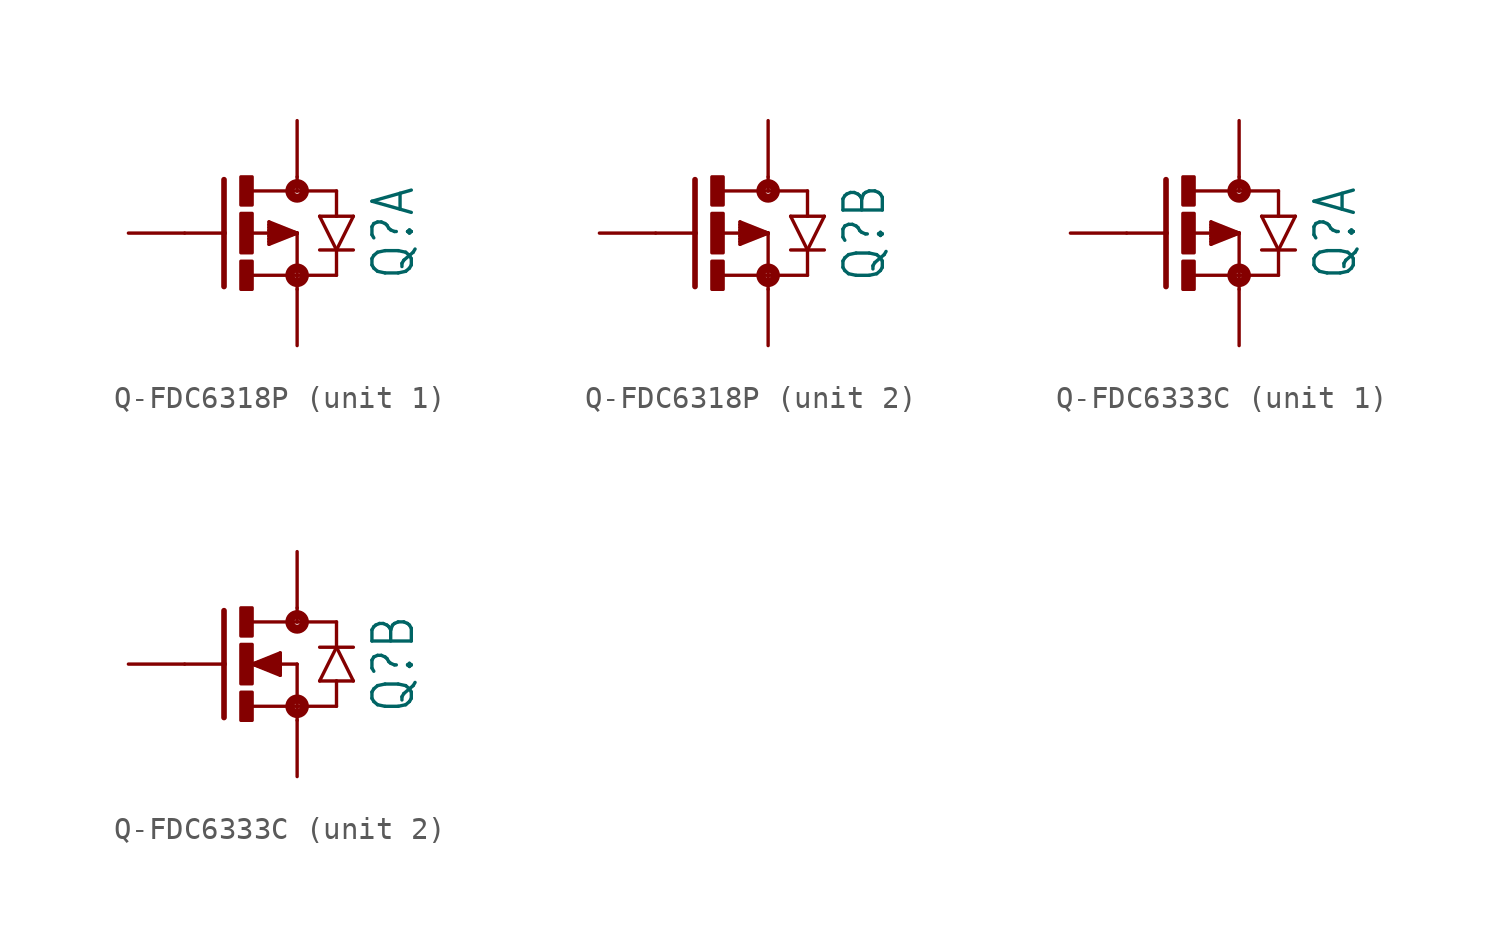
<source format=kicad_sym>
(kicad_symbol_lib
  (version 20231120)
  (generator "kicad_symbol_editor")
  (generator_version "8.0")
  (symbol "Q-FDC6318P"
    (property "Reference" "Q"
      (at 5.842 0 90)
      (effects (font (size 1.778 1.511)) (justify top)))
    (property "Value" ""
      (at 8.382 0 90)
      (effects (font (size 1.778 1.511)) (justify top)))
    (property "ki_locked" ""
      (at 0 0 0)
      (effects (font (size 1.27 1.27))))
    (symbol "Q-FDC6318P_1_0"
      (rectangle (start 0 -2.54) (end 0.508 -1.27) (stroke (width 0) (type default)) (fill (type outline)))
      (rectangle (start 0 -0.889) (end 0.508 0.889) (stroke (width 0) (type default)) (fill (type outline)))
      (polyline (pts (xy -0.762 0) (xy -2.54 0)) (stroke (width 0.152) (type solid)) (fill (type none)))
      (polyline (pts (xy -0.762 0) (xy -0.762 -2.413)) (stroke (width 0.254) (type solid)) (fill (type none)))
      (polyline (pts (xy -0.762 2.413) (xy -0.762 0)) (stroke (width 0.254) (type solid)) (fill (type none)))
      (polyline (pts (xy 0.508 -1.905) (xy 2.54 -1.905)) (stroke (width 0.152) (type solid)) (fill (type none)))
      (polyline (pts (xy 1.27 -0.508) (xy 2.54 0)) (stroke (width 0.152) (type solid)) (fill (type none)))
      (polyline (pts (xy 1.27 -0.381) (xy 1.27 -0.508)) (stroke (width 0.152) (type solid)) (fill (type none)))
      (polyline (pts (xy 1.27 -0.254) (xy 1.27 -0.381)) (stroke (width 0.152) (type solid)) (fill (type none)))
      (polyline (pts (xy 1.27 -0.127) (xy 1.27 -0.254)) (stroke (width 0.152) (type solid)) (fill (type none)))
      (polyline (pts (xy 1.27 0.127) (xy 1.27 -0.127)) (stroke (width 0.152) (type solid)) (fill (type none)))
      (polyline (pts (xy 1.27 0.254) (xy 1.27 0.127)) (stroke (width 0.152) (type solid)) (fill (type none)))
      (polyline (pts (xy 1.27 0.381) (xy 1.27 0.254)) (stroke (width 0.152) (type solid)) (fill (type none)))
      (polyline (pts (xy 1.27 0.508) (xy 1.27 0.381)) (stroke (width 0.152) (type solid)) (fill (type none)))
      (polyline (pts (xy 1.27 0.508) (xy 2.54 0)) (stroke (width 0.152) (type solid)) (fill (type none)))
      (polyline (pts (xy 2.54 -1.905) (xy 2.54 -2.54)) (stroke (width 0.152) (type solid)) (fill (type none)))
      (polyline (pts (xy 2.54 0) (xy 0.508 0)) (stroke (width 0.152) (type solid)) (fill (type none)))
      (polyline (pts (xy 2.54 0) (xy 1.27 -0.381)) (stroke (width 0.152) (type solid)) (fill (type none)))
      (polyline (pts (xy 2.54 0) (xy 1.27 -0.254)) (stroke (width 0.152) (type solid)) (fill (type none)))
      (polyline (pts (xy 2.54 0) (xy 1.27 -0.127)) (stroke (width 0.152) (type solid)) (fill (type none)))
      (polyline (pts (xy 2.54 0) (xy 1.27 0.127)) (stroke (width 0.152) (type solid)) (fill (type none)))
      (polyline (pts (xy 2.54 0) (xy 1.27 0.254)) (stroke (width 0.152) (type solid)) (fill (type none)))
      (polyline (pts (xy 2.54 0) (xy 1.27 0.381)) (stroke (width 0.152) (type solid)) (fill (type none)))
      (polyline (pts (xy 2.54 0) (xy 2.54 -1.905)) (stroke (width 0.152) (type solid)) (fill (type none)))
      (polyline (pts (xy 2.54 1.905) (xy 0.533 1.905)) (stroke (width 0.152) (type solid)) (fill (type none)))
      (polyline (pts (xy 2.54 2.54) (xy 2.54 1.905)) (stroke (width 0.152) (type solid)) (fill (type none)))
      (polyline (pts (xy 3.556 0.762) (xy 4.318 -0.762)) (stroke (width 0.152) (type solid)) (fill (type none)))
      (polyline (pts (xy 4.318 -1.905) (xy 2.54 -1.905)) (stroke (width 0.152) (type solid)) (fill (type none)))
      (polyline (pts (xy 4.318 -1.905) (xy 4.318 -0.762)) (stroke (width 0.152) (type solid)) (fill (type none)))
      (polyline (pts (xy 4.318 -0.762) (xy 3.556 -0.762)) (stroke (width 0.152) (type solid)) (fill (type none)))
      (polyline (pts (xy 4.318 -0.762) (xy 5.08 0.762)) (stroke (width 0.152) (type solid)) (fill (type none)))
      (polyline (pts (xy 4.318 0.762) (xy 3.556 0.762)) (stroke (width 0.152) (type solid)) (fill (type none)))
      (polyline (pts (xy 4.318 1.905) (xy 2.54 1.905)) (stroke (width 0.152) (type solid)) (fill (type none)))
      (polyline (pts (xy 4.318 1.905) (xy 4.318 0.762)) (stroke (width 0.152) (type solid)) (fill (type none)))
      (polyline (pts (xy 5.08 -0.762) (xy 4.318 -0.762)) (stroke (width 0.152) (type solid)) (fill (type none)))
      (polyline (pts (xy 5.08 0.762) (xy 4.318 0.762)) (stroke (width 0.152) (type solid)) (fill (type none)))
      (rectangle (start 0 1.27) (end 0.508 2.54) (stroke (width 0) (type default)) (fill (type outline)))
      (circle (center 2.54 -1.905) (radius 0.127) (stroke (width 0.406) (type solid)) (fill (type none)))
      (circle (center 2.54 1.905) (radius 0.127) (stroke (width 0.406) (type solid)) (fill (type none)))
      (pin passive line (at -5.08 0 0) (length 2.54) (name "G" (effects (font (size 0 0)))) (number "1" (effects (font (size 0 0)))))
      (pin passive line (at 2.54 -5.08 90) (length 2.54) (name "S" (effects (font (size 0 0)))) (number "5" (effects (font (size 0 0)))))
      (pin passive line (at 2.54 5.08 270) (length 2.54) (name "D" (effects (font (size 0 0)))) (number "6" (effects (font (size 0 0))))))
    (symbol "Q-FDC6318P_2_0"
      (rectangle (start 0 -2.54) (end 0.508 -1.27) (stroke (width 0) (type default)) (fill (type outline)))
      (rectangle (start 0 -0.889) (end 0.508 0.889) (stroke (width 0) (type default)) (fill (type outline)))
      (polyline (pts (xy -0.762 0) (xy -2.54 0)) (stroke (width 0.152) (type solid)) (fill (type none)))
      (polyline (pts (xy -0.762 0) (xy -0.762 -2.413)) (stroke (width 0.254) (type solid)) (fill (type none)))
      (polyline (pts (xy -0.762 2.413) (xy -0.762 0)) (stroke (width 0.254) (type solid)) (fill (type none)))
      (polyline (pts (xy 0.508 -1.905) (xy 2.54 -1.905)) (stroke (width 0.152) (type solid)) (fill (type none)))
      (polyline (pts (xy 1.27 -0.508) (xy 2.54 0)) (stroke (width 0.152) (type solid)) (fill (type none)))
      (polyline (pts (xy 1.27 -0.381) (xy 1.27 -0.508)) (stroke (width 0.152) (type solid)) (fill (type none)))
      (polyline (pts (xy 1.27 -0.254) (xy 1.27 -0.381)) (stroke (width 0.152) (type solid)) (fill (type none)))
      (polyline (pts (xy 1.27 -0.127) (xy 1.27 -0.254)) (stroke (width 0.152) (type solid)) (fill (type none)))
      (polyline (pts (xy 1.27 0.127) (xy 1.27 -0.127)) (stroke (width 0.152) (type solid)) (fill (type none)))
      (polyline (pts (xy 1.27 0.254) (xy 1.27 0.127)) (stroke (width 0.152) (type solid)) (fill (type none)))
      (polyline (pts (xy 1.27 0.381) (xy 1.27 0.254)) (stroke (width 0.152) (type solid)) (fill (type none)))
      (polyline (pts (xy 1.27 0.508) (xy 1.27 0.381)) (stroke (width 0.152) (type solid)) (fill (type none)))
      (polyline (pts (xy 1.27 0.508) (xy 2.54 0)) (stroke (width 0.152) (type solid)) (fill (type none)))
      (polyline (pts (xy 2.54 -1.905) (xy 2.54 -2.54)) (stroke (width 0.152) (type solid)) (fill (type none)))
      (polyline (pts (xy 2.54 0) (xy 0.508 0)) (stroke (width 0.152) (type solid)) (fill (type none)))
      (polyline (pts (xy 2.54 0) (xy 1.27 -0.381)) (stroke (width 0.152) (type solid)) (fill (type none)))
      (polyline (pts (xy 2.54 0) (xy 1.27 -0.254)) (stroke (width 0.152) (type solid)) (fill (type none)))
      (polyline (pts (xy 2.54 0) (xy 1.27 -0.127)) (stroke (width 0.152) (type solid)) (fill (type none)))
      (polyline (pts (xy 2.54 0) (xy 1.27 0.127)) (stroke (width 0.152) (type solid)) (fill (type none)))
      (polyline (pts (xy 2.54 0) (xy 1.27 0.254)) (stroke (width 0.152) (type solid)) (fill (type none)))
      (polyline (pts (xy 2.54 0) (xy 1.27 0.381)) (stroke (width 0.152) (type solid)) (fill (type none)))
      (polyline (pts (xy 2.54 0) (xy 2.54 -1.905)) (stroke (width 0.152) (type solid)) (fill (type none)))
      (polyline (pts (xy 2.54 1.905) (xy 0.533 1.905)) (stroke (width 0.152) (type solid)) (fill (type none)))
      (polyline (pts (xy 2.54 2.54) (xy 2.54 1.905)) (stroke (width 0.152) (type solid)) (fill (type none)))
      (polyline (pts (xy 3.556 0.762) (xy 4.318 -0.762)) (stroke (width 0.152) (type solid)) (fill (type none)))
      (polyline (pts (xy 4.318 -1.905) (xy 2.54 -1.905)) (stroke (width 0.152) (type solid)) (fill (type none)))
      (polyline (pts (xy 4.318 -1.905) (xy 4.318 -0.762)) (stroke (width 0.152) (type solid)) (fill (type none)))
      (polyline (pts (xy 4.318 -0.762) (xy 3.556 -0.762)) (stroke (width 0.152) (type solid)) (fill (type none)))
      (polyline (pts (xy 4.318 -0.762) (xy 5.08 0.762)) (stroke (width 0.152) (type solid)) (fill (type none)))
      (polyline (pts (xy 4.318 0.762) (xy 3.556 0.762)) (stroke (width 0.152) (type solid)) (fill (type none)))
      (polyline (pts (xy 4.318 1.905) (xy 2.54 1.905)) (stroke (width 0.152) (type solid)) (fill (type none)))
      (polyline (pts (xy 4.318 1.905) (xy 4.318 0.762)) (stroke (width 0.152) (type solid)) (fill (type none)))
      (polyline (pts (xy 5.08 -0.762) (xy 4.318 -0.762)) (stroke (width 0.152) (type solid)) (fill (type none)))
      (polyline (pts (xy 5.08 0.762) (xy 4.318 0.762)) (stroke (width 0.152) (type solid)) (fill (type none)))
      (rectangle (start 0 1.27) (end 0.508 2.54) (stroke (width 0) (type default)) (fill (type outline)))
      (circle (center 2.54 -1.905) (radius 0.127) (stroke (width 0.406) (type solid)) (fill (type none)))
      (circle (center 2.54 1.905) (radius 0.127) (stroke (width 0.406) (type solid)) (fill (type none)))
      (pin passive line (at 2.54 -5.08 90) (length 2.54) (name "S" (effects (font (size 0 0)))) (number "2" (effects (font (size 0 0)))))
      (pin passive line (at -5.08 0 0) (length 2.54) (name "G" (effects (font (size 0 0)))) (number "3" (effects (font (size 0 0)))))
      (pin passive line (at 2.54 5.08 270) (length 2.54) (name "D" (effects (font (size 0 0)))) (number "4" (effects (font (size 0 0)))))))
  (symbol "Q-FDC6333C"
    (property "Reference" "Q"
      (at 5.842 0 90)
      (effects (font (size 1.778 1.511)) (justify top)))
    (property "Value" ""
      (at 8.382 0 90)
      (effects (font (size 1.778 1.511)) (justify top)))
    (property "ki_locked" ""
      (at 0 0 0)
      (effects (font (size 1.27 1.27))))
    (symbol "Q-FDC6333C_1_0"
      (rectangle (start 0 -2.54) (end 0.508 -1.27) (stroke (width 0) (type default)) (fill (type outline)))
      (rectangle (start 0 -0.889) (end 0.508 0.889) (stroke (width 0) (type default)) (fill (type outline)))
      (polyline (pts (xy -0.762 0) (xy -2.54 0)) (stroke (width 0.152) (type solid)) (fill (type none)))
      (polyline (pts (xy -0.762 0) (xy -0.762 -2.413)) (stroke (width 0.254) (type solid)) (fill (type none)))
      (polyline (pts (xy -0.762 2.413) (xy -0.762 0)) (stroke (width 0.254) (type solid)) (fill (type none)))
      (polyline (pts (xy 0.508 -1.905) (xy 2.54 -1.905)) (stroke (width 0.152) (type solid)) (fill (type none)))
      (polyline (pts (xy 1.27 -0.508) (xy 2.54 0)) (stroke (width 0.152) (type solid)) (fill (type none)))
      (polyline (pts (xy 1.27 -0.381) (xy 1.27 -0.508)) (stroke (width 0.152) (type solid)) (fill (type none)))
      (polyline (pts (xy 1.27 -0.254) (xy 1.27 -0.381)) (stroke (width 0.152) (type solid)) (fill (type none)))
      (polyline (pts (xy 1.27 -0.127) (xy 1.27 -0.254)) (stroke (width 0.152) (type solid)) (fill (type none)))
      (polyline (pts (xy 1.27 0.127) (xy 1.27 -0.127)) (stroke (width 0.152) (type solid)) (fill (type none)))
      (polyline (pts (xy 1.27 0.254) (xy 1.27 0.127)) (stroke (width 0.152) (type solid)) (fill (type none)))
      (polyline (pts (xy 1.27 0.381) (xy 1.27 0.254)) (stroke (width 0.152) (type solid)) (fill (type none)))
      (polyline (pts (xy 1.27 0.508) (xy 1.27 0.381)) (stroke (width 0.152) (type solid)) (fill (type none)))
      (polyline (pts (xy 1.27 0.508) (xy 2.54 0)) (stroke (width 0.152) (type solid)) (fill (type none)))
      (polyline (pts (xy 2.54 -1.905) (xy 2.54 -2.54)) (stroke (width 0.152) (type solid)) (fill (type none)))
      (polyline (pts (xy 2.54 0) (xy 0.508 0)) (stroke (width 0.152) (type solid)) (fill (type none)))
      (polyline (pts (xy 2.54 0) (xy 1.27 -0.381)) (stroke (width 0.152) (type solid)) (fill (type none)))
      (polyline (pts (xy 2.54 0) (xy 1.27 -0.254)) (stroke (width 0.152) (type solid)) (fill (type none)))
      (polyline (pts (xy 2.54 0) (xy 1.27 -0.127)) (stroke (width 0.152) (type solid)) (fill (type none)))
      (polyline (pts (xy 2.54 0) (xy 1.27 0.127)) (stroke (width 0.152) (type solid)) (fill (type none)))
      (polyline (pts (xy 2.54 0) (xy 1.27 0.254)) (stroke (width 0.152) (type solid)) (fill (type none)))
      (polyline (pts (xy 2.54 0) (xy 1.27 0.381)) (stroke (width 0.152) (type solid)) (fill (type none)))
      (polyline (pts (xy 2.54 0) (xy 2.54 -1.905)) (stroke (width 0.152) (type solid)) (fill (type none)))
      (polyline (pts (xy 2.54 1.905) (xy 0.533 1.905)) (stroke (width 0.152) (type solid)) (fill (type none)))
      (polyline (pts (xy 2.54 2.54) (xy 2.54 1.905)) (stroke (width 0.152) (type solid)) (fill (type none)))
      (polyline (pts (xy 3.556 0.762) (xy 4.318 -0.762)) (stroke (width 0.152) (type solid)) (fill (type none)))
      (polyline (pts (xy 4.318 -1.905) (xy 2.54 -1.905)) (stroke (width 0.152) (type solid)) (fill (type none)))
      (polyline (pts (xy 4.318 -1.905) (xy 4.318 -0.762)) (stroke (width 0.152) (type solid)) (fill (type none)))
      (polyline (pts (xy 4.318 -0.762) (xy 3.556 -0.762)) (stroke (width 0.152) (type solid)) (fill (type none)))
      (polyline (pts (xy 4.318 -0.762) (xy 5.08 0.762)) (stroke (width 0.152) (type solid)) (fill (type none)))
      (polyline (pts (xy 4.318 0.762) (xy 3.556 0.762)) (stroke (width 0.152) (type solid)) (fill (type none)))
      (polyline (pts (xy 4.318 1.905) (xy 2.54 1.905)) (stroke (width 0.152) (type solid)) (fill (type none)))
      (polyline (pts (xy 4.318 1.905) (xy 4.318 0.762)) (stroke (width 0.152) (type solid)) (fill (type none)))
      (polyline (pts (xy 5.08 -0.762) (xy 4.318 -0.762)) (stroke (width 0.152) (type solid)) (fill (type none)))
      (polyline (pts (xy 5.08 0.762) (xy 4.318 0.762)) (stroke (width 0.152) (type solid)) (fill (type none)))
      (rectangle (start 0 1.27) (end 0.508 2.54) (stroke (width 0) (type default)) (fill (type outline)))
      (circle (center 2.54 -1.905) (radius 0.127) (stroke (width 0.406) (type solid)) (fill (type none)))
      (circle (center 2.54 1.905) (radius 0.127) (stroke (width 0.406) (type solid)) (fill (type none)))
      (pin passive line (at 2.54 -5.08 90) (length 2.54) (name "S" (effects (font (size 0 0)))) (number "2" (effects (font (size 0 0)))))
      (pin passive line (at -5.08 0 0) (length 2.54) (name "G" (effects (font (size 0 0)))) (number "3" (effects (font (size 0 0)))))
      (pin passive line (at 2.54 5.08 270) (length 2.54) (name "D" (effects (font (size 0 0)))) (number "4" (effects (font (size 0 0))))))
    (symbol "Q-FDC6333C_2_0"
      (rectangle (start 0 -2.54) (end 0.508 -1.27) (stroke (width 0) (type default)) (fill (type outline)))
      (rectangle (start 0 -0.889) (end 0.508 0.889) (stroke (width 0) (type default)) (fill (type outline)))
      (polyline (pts (xy -0.762 0) (xy -2.54 0)) (stroke (width 0.152) (type solid)) (fill (type none)))
      (polyline (pts (xy -0.762 0) (xy -0.762 -2.413)) (stroke (width 0.254) (type solid)) (fill (type none)))
      (polyline (pts (xy -0.762 2.413) (xy -0.762 0)) (stroke (width 0.254) (type solid)) (fill (type none)))
      (polyline (pts (xy 0.508 -1.905) (xy 2.54 -1.905)) (stroke (width 0.152) (type solid)) (fill (type none)))
      (polyline (pts (xy 0.508 0) (xy 1.778 -0.508)) (stroke (width 0.152) (type solid)) (fill (type none)))
      (polyline (pts (xy 0.508 0) (xy 1.778 -0.381)) (stroke (width 0.152) (type solid)) (fill (type none)))
      (polyline (pts (xy 0.508 0) (xy 1.778 -0.254)) (stroke (width 0.152) (type solid)) (fill (type none)))
      (polyline (pts (xy 0.508 0) (xy 1.778 -0.127)) (stroke (width 0.152) (type solid)) (fill (type none)))
      (polyline (pts (xy 0.508 0) (xy 1.778 0.127)) (stroke (width 0.152) (type solid)) (fill (type none)))
      (polyline (pts (xy 0.508 0) (xy 1.778 0.254)) (stroke (width 0.152) (type solid)) (fill (type none)))
      (polyline (pts (xy 0.508 0) (xy 1.778 0.381)) (stroke (width 0.152) (type solid)) (fill (type none)))
      (polyline (pts (xy 0.508 0) (xy 1.778 0.508)) (stroke (width 0.152) (type solid)) (fill (type none)))
      (polyline (pts (xy 1.778 -0.381) (xy 1.778 -0.508)) (stroke (width 0.152) (type solid)) (fill (type none)))
      (polyline (pts (xy 1.778 -0.254) (xy 1.778 -0.381)) (stroke (width 0.152) (type solid)) (fill (type none)))
      (polyline (pts (xy 1.778 -0.127) (xy 1.778 -0.254)) (stroke (width 0.152) (type solid)) (fill (type none)))
      (polyline (pts (xy 1.778 0.127) (xy 1.778 -0.127)) (stroke (width 0.152) (type solid)) (fill (type none)))
      (polyline (pts (xy 1.778 0.254) (xy 1.778 0.127)) (stroke (width 0.152) (type solid)) (fill (type none)))
      (polyline (pts (xy 1.778 0.381) (xy 1.778 0.254)) (stroke (width 0.152) (type solid)) (fill (type none)))
      (polyline (pts (xy 1.778 0.508) (xy 1.778 0.381)) (stroke (width 0.152) (type solid)) (fill (type none)))
      (polyline (pts (xy 2.54 -1.905) (xy 2.54 -2.54)) (stroke (width 0.152) (type solid)) (fill (type none)))
      (polyline (pts (xy 2.54 0) (xy 0.508 0)) (stroke (width 0.152) (type solid)) (fill (type none)))
      (polyline (pts (xy 2.54 0) (xy 2.54 -1.905)) (stroke (width 0.152) (type solid)) (fill (type none)))
      (polyline (pts (xy 2.54 1.905) (xy 0.533 1.905)) (stroke (width 0.152) (type solid)) (fill (type none)))
      (polyline (pts (xy 2.54 2.54) (xy 2.54 1.905)) (stroke (width 0.152) (type solid)) (fill (type none)))
      (polyline (pts (xy 3.556 -0.762) (xy 4.318 -0.762)) (stroke (width 0.152) (type solid)) (fill (type none)))
      (polyline (pts (xy 3.556 0.762) (xy 4.318 0.762)) (stroke (width 0.152) (type solid)) (fill (type none)))
      (polyline (pts (xy 4.318 -1.905) (xy 2.54 -1.905)) (stroke (width 0.152) (type solid)) (fill (type none)))
      (polyline (pts (xy 4.318 -1.905) (xy 4.318 -0.762)) (stroke (width 0.152) (type solid)) (fill (type none)))
      (polyline (pts (xy 4.318 -0.762) (xy 5.08 -0.762)) (stroke (width 0.152) (type solid)) (fill (type none)))
      (polyline (pts (xy 4.318 0.762) (xy 3.556 -0.762)) (stroke (width 0.152) (type solid)) (fill (type none)))
      (polyline (pts (xy 4.318 0.762) (xy 5.08 0.762)) (stroke (width 0.152) (type solid)) (fill (type none)))
      (polyline (pts (xy 4.318 1.905) (xy 2.54 1.905)) (stroke (width 0.152) (type solid)) (fill (type none)))
      (polyline (pts (xy 4.318 1.905) (xy 4.318 0.762)) (stroke (width 0.152) (type solid)) (fill (type none)))
      (polyline (pts (xy 5.08 -0.762) (xy 4.318 0.762)) (stroke (width 0.152) (type solid)) (fill (type none)))
      (rectangle (start 0 1.27) (end 0.508 2.54) (stroke (width 0) (type default)) (fill (type outline)))
      (circle (center 2.54 -1.905) (radius 0.127) (stroke (width 0.406) (type solid)) (fill (type none)))
      (circle (center 2.54 1.905) (radius 0.127) (stroke (width 0.406) (type solid)) (fill (type none)))
      (pin passive line (at -5.08 0 0) (length 2.54) (name "G" (effects (font (size 0 0)))) (number "1" (effects (font (size 0 0)))))
      (pin passive line (at 2.54 -5.08 90) (length 2.54) (name "S" (effects (font (size 0 0)))) (number "5" (effects (font (size 0 0)))))
      (pin passive line (at 2.54 5.08 270) (length 2.54) (name "D" (effects (font (size 0 0)))) (number "6" (effects (font (size 0 0))))))))
</source>
